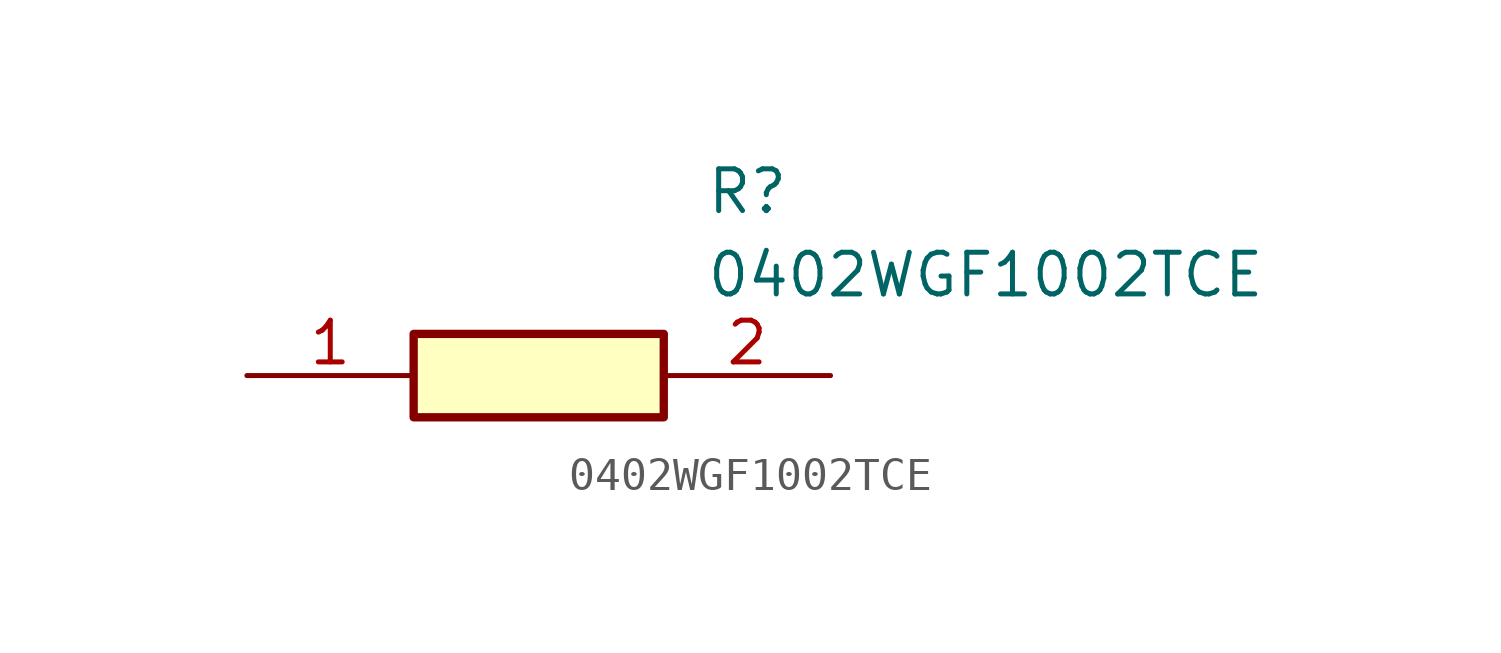
<source format=kicad_sym>
(kicad_symbol_lib
  (version 20211014)
  (generator SamacSys_ECAD_Model)
  (symbol "0402WGF1002TCE"
    (pin_names hide)
    (property "Reference" "R"
      (at 13.97 6.35 0)
      (effects (font (size 1.27 1.27)) (justify left top)))
    (property "Value" "0402WGF1002TCE"
      (at 13.97 3.81 0)
      (effects (font (size 1.27 1.27)) (justify left top)))
    (rectangle
      (start 5.08 1.27)
      (end 12.7 -1.27)
      (stroke (width 0.254) (type default))
      (fill (type background)))
    (pin passive line
      (at 0 0 0)
      (length 5.08)
      (name "1" (effects (font (size 1.27 1.27))))
      (number "1" (effects (font (size 1.27 1.27)))))
    (pin passive line
      (at 17.78 0 180)
      (length 5.08)
      (name "2" (effects (font (size 1.27 1.27))))
      (number "2" (effects (font (size 1.27 1.27)))))))
</source>
